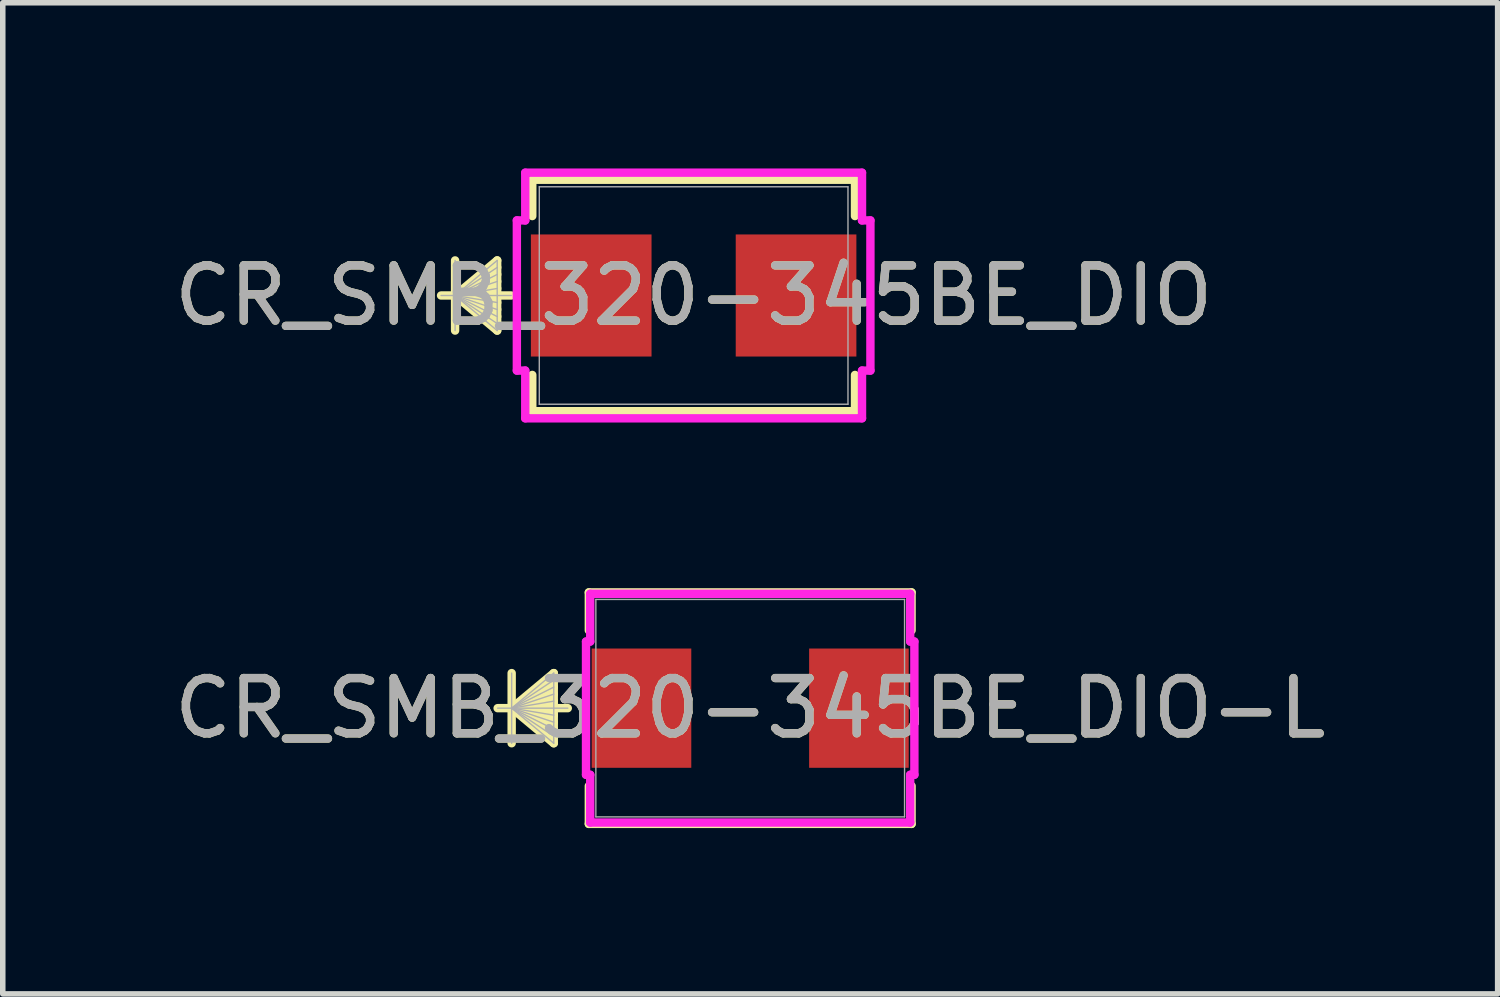
<source format=kicad_pcb>
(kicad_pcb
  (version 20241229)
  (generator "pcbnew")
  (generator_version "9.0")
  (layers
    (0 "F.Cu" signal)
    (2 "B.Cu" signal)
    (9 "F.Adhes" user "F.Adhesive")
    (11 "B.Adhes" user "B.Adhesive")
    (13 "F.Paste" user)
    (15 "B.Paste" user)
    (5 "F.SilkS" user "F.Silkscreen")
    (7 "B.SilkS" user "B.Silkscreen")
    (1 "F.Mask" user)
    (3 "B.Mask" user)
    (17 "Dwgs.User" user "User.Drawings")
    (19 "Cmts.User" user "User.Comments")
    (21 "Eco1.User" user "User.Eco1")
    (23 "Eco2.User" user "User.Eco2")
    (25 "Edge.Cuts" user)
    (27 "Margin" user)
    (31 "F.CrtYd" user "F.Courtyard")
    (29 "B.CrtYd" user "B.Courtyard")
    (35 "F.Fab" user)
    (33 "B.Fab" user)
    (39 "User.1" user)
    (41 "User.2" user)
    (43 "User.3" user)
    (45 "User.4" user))
  (footprint "CR_SMB_320-345BE_DIO"
    (layer "F.Cu")
    (at 9.506 2.299)
    (property "Reference" "CR_SMB_320-345BE_DIO" (at 0 0 0) (unlocked yes) (layer "F.SilkS") (effects (font (size 1 1) (thickness 0.15))))
    (attr smd)
    (fp_line (start -4.318 -0.635) (end -4.318 0.635) (stroke (width 0.152) (type solid)) (layer "F.SilkS"))
    (fp_line (start -4.318 0) (end -3.556 -0.635) (stroke (width 0.152) (type solid)) (layer "F.SilkS"))
    (fp_line (start -4.318 0) (end -3.556 -0.508) (stroke (width 0.152) (type solid)) (layer "F.SilkS"))
    (fp_line (start -4.318 0) (end -3.556 -0.381) (stroke (width 0.152) (type solid)) (layer "F.SilkS"))
    (fp_line (start -4.318 0) (end -3.556 -0.254) (stroke (width 0.152) (type solid)) (layer "F.SilkS"))
    (fp_line (start -4.318 0) (end -3.556 -0.127) (stroke (width 0.152) (type solid)) (layer "F.SilkS"))
    (fp_line (start -4.318 0) (end -3.556 0.127) (stroke (width 0.152) (type solid)) (layer "F.SilkS"))
    (fp_line (start -4.318 0) (end -3.556 0.254) (stroke (width 0.152) (type solid)) (layer "F.SilkS"))
    (fp_line (start -4.318 0) (end -3.556 0.381) (stroke (width 0.152) (type solid)) (layer "F.SilkS"))
    (fp_line (start -4.318 0) (end -3.556 0.508) (stroke (width 0.152) (type solid)) (layer "F.SilkS"))
    (fp_line (start -4.318 0) (end -3.556 0.635) (stroke (width 0.152) (type solid)) (layer "F.SilkS"))
    (fp_line (start -3.556 -0.635) (end -3.556 0.635) (stroke (width 0.152) (type solid)) (layer "F.SilkS"))
    (fp_line (start -3.302 0) (end -4.572 0) (stroke (width 0.152) (type solid)) (layer "F.SilkS"))
    (fp_line (start -2.921 -2.095) (end -2.921 -1.438) (stroke (width 0.152) (type solid)) (layer "F.SilkS"))
    (fp_line (start -2.921 1.438) (end -2.921 2.095) (stroke (width 0.152) (type solid)) (layer "F.SilkS"))
    (fp_line (start -2.921 2.095) (end 2.921 2.095) (stroke (width 0.152) (type solid)) (layer "F.SilkS"))
    (fp_line (start 2.921 -2.095) (end -2.921 -2.095) (stroke (width 0.152) (type solid)) (layer "F.SilkS"))
    (fp_line (start 2.921 -1.438) (end 2.921 -2.095) (stroke (width 0.152) (type solid)) (layer "F.SilkS"))
    (fp_line (start 2.921 2.095) (end 2.921 1.438) (stroke (width 0.152) (type solid)) (layer "F.SilkS"))
    (fp_line (start -3.2 -1.359) (end -3.048 -1.359) (stroke (width 0.152) (type solid)) (layer "F.CrtYd"))
    (fp_line (start -3.2 1.359) (end -3.2 -1.359) (stroke (width 0.152) (type solid)) (layer "F.CrtYd"))
    (fp_line (start -3.048 -2.223) (end 3.048 -2.223) (stroke (width 0.152) (type solid)) (layer "F.CrtYd"))
    (fp_line (start -3.048 -1.359) (end -3.048 -2.223) (stroke (width 0.152) (type solid)) (layer "F.CrtYd"))
    (fp_line (start -3.048 1.359) (end -3.2 1.359) (stroke (width 0.152) (type solid)) (layer "F.CrtYd"))
    (fp_line (start -3.048 2.223) (end -3.048 1.359) (stroke (width 0.152) (type solid)) (layer "F.CrtYd"))
    (fp_line (start 3.048 -2.223) (end 3.048 -1.359) (stroke (width 0.152) (type solid)) (layer "F.CrtYd"))
    (fp_line (start 3.048 -1.359) (end 3.2 -1.359) (stroke (width 0.152) (type solid)) (layer "F.CrtYd"))
    (fp_line (start 3.048 1.359) (end 3.048 2.223) (stroke (width 0.152) (type solid)) (layer "F.CrtYd"))
    (fp_line (start 3.048 2.223) (end -3.048 2.223) (stroke (width 0.152) (type solid)) (layer "F.CrtYd"))
    (fp_line (start 3.2 -1.359) (end 3.2 1.359) (stroke (width 0.152) (type solid)) (layer "F.CrtYd"))
    (fp_line (start 3.2 1.359) (end 3.048 1.359) (stroke (width 0.152) (type solid)) (layer "F.CrtYd"))
    (fp_line (start -4.318 -0.635) (end -4.318 0.635) (stroke (width 0.025) (type solid)) (layer "F.Fab"))
    (fp_line (start -4.318 0) (end -3.556 -0.635) (stroke (width 0.025) (type solid)) (layer "F.Fab"))
    (fp_line (start -4.318 0) (end -3.556 -0.508) (stroke (width 0.025) (type solid)) (layer "F.Fab"))
    (fp_line (start -4.318 0) (end -3.556 -0.381) (stroke (width 0.025) (type solid)) (layer "F.Fab"))
    (fp_line (start -4.318 0) (end -3.556 -0.254) (stroke (width 0.025) (type solid)) (layer "F.Fab"))
    (fp_line (start -4.318 0) (end -3.556 -0.127) (stroke (width 0.025) (type solid)) (layer "F.Fab"))
    (fp_line (start -4.318 0) (end -3.556 0.127) (stroke (width 0.025) (type solid)) (layer "F.Fab"))
    (fp_line (start -4.318 0) (end -3.556 0.254) (stroke (width 0.025) (type solid)) (layer "F.Fab"))
    (fp_line (start -4.318 0) (end -3.556 0.381) (stroke (width 0.025) (type solid)) (layer "F.Fab"))
    (fp_line (start -4.318 0) (end -3.556 0.508) (stroke (width 0.025) (type solid)) (layer "F.Fab"))
    (fp_line (start -4.318 0) (end -3.556 0.635) (stroke (width 0.025) (type solid)) (layer "F.Fab"))
    (fp_line (start -3.556 -0.635) (end -3.556 0.635) (stroke (width 0.025) (type solid)) (layer "F.Fab"))
    (fp_line (start -3.302 0) (end -4.572 0) (stroke (width 0.025) (type solid)) (layer "F.Fab"))
    (fp_line (start -2.794 -1.968) (end -2.794 1.968) (stroke (width 0.025) (type solid)) (layer "F.Fab"))
    (fp_line (start -2.794 1.968) (end 2.794 1.968) (stroke (width 0.025) (type solid)) (layer "F.Fab"))
    (fp_line (start 2.794 -1.968) (end -2.794 -1.968) (stroke (width 0.025) (type solid)) (layer "F.Fab"))
    (fp_line (start 2.794 1.968) (end 2.794 -1.968) (stroke (width 0.025) (type solid)) (layer "F.Fab"))
    (fp_text user "${REFERENCE}" (at 0 0 0) (unlocked yes) (layer "F.Fab") (effects (font (size 1 1) (thickness 0.15))))
    (pad "1" smd rect (at -1.854 0 90) (size 2.21 2.184) (layers "F.Cu" "F.Mask" "F.Paste"))
    (pad "2" smd rect (at 1.854 0 90) (size 2.21 2.184) (layers "F.Cu" "F.Mask" "F.Paste"))
    (zone (net_name "") (layer "F.Cu") (hatch full 0.508) (connect_pads) (min_thickness 0.254) (filled_areas_thickness no) (keepout (tracks not_allowed) (vias not_allowed) (pads allowed) (copperpour not_allowed) (footprints allowed)) (placement (enabled no)) (fill) (polygon (pts (xy 6.763 0.381) (xy 12.249 0.381) (xy 12.249 1.143) (xy 6.763 1.143))))
    (zone (net_name "") (layer "F.Cu") (hatch full 0.508) (connect_pads) (min_thickness 0.254) (filled_areas_thickness no) (keepout (tracks not_allowed) (vias not_allowed) (pads allowed) (copperpour not_allowed) (footprints allowed)) (placement (enabled no)) (fill) (polygon (pts (xy 6.763 3.454) (xy 12.249 3.454) (xy 12.249 4.216) (xy 6.763 4.216))))
    (zone (net_name "") (layer "F.Cu") (hatch full 0.508) (connect_pads) (min_thickness 0.254) (filled_areas_thickness no) (keepout (tracks not_allowed) (vias not_allowed) (pads allowed) (copperpour not_allowed) (footprints allowed)) (placement (enabled no)) (fill) (polygon (pts (xy 8.795 1.143) (xy 10.217 1.143) (xy 10.217 3.454) (xy 8.795 3.454)))))
  (footprint "CR_SMB_320-345BE_DIO-L"
    (layer "F.Cu")
    (at 10.53 9.769)
    (property "Reference" "CR_SMB_320-345BE_DIO-L" (at 0 0 0) (unlocked yes) (layer "F.SilkS") (effects (font (size 1 1) (thickness 0.15))))
    (attr smd)
    (fp_line (start -4.318 -0.635) (end -4.318 0.635) (stroke (width 0.152) (type solid)) (layer "F.SilkS"))
    (fp_line (start -4.318 0) (end -3.556 -0.635) (stroke (width 0.152) (type solid)) (layer "F.SilkS"))
    (fp_line (start -4.318 0) (end -3.556 -0.508) (stroke (width 0.152) (type solid)) (layer "F.SilkS"))
    (fp_line (start -4.318 0) (end -3.556 -0.381) (stroke (width 0.152) (type solid)) (layer "F.SilkS"))
    (fp_line (start -4.318 0) (end -3.556 -0.254) (stroke (width 0.152) (type solid)) (layer "F.SilkS"))
    (fp_line (start -4.318 0) (end -3.556 -0.127) (stroke (width 0.152) (type solid)) (layer "F.SilkS"))
    (fp_line (start -4.318 0) (end -3.556 0.127) (stroke (width 0.152) (type solid)) (layer "F.SilkS"))
    (fp_line (start -4.318 0) (end -3.556 0.254) (stroke (width 0.152) (type solid)) (layer "F.SilkS"))
    (fp_line (start -4.318 0) (end -3.556 0.381) (stroke (width 0.152) (type solid)) (layer "F.SilkS"))
    (fp_line (start -4.318 0) (end -3.556 0.508) (stroke (width 0.152) (type solid)) (layer "F.SilkS"))
    (fp_line (start -4.318 0) (end -3.556 0.635) (stroke (width 0.152) (type solid)) (layer "F.SilkS"))
    (fp_line (start -3.556 -0.635) (end -3.556 0.635) (stroke (width 0.152) (type solid)) (layer "F.SilkS"))
    (fp_line (start -3.302 0) (end -4.572 0) (stroke (width 0.152) (type solid)) (layer "F.SilkS"))
    (fp_line (start -2.921 -2.095) (end -2.921 -1.408) (stroke (width 0.152) (type solid)) (layer "F.SilkS"))
    (fp_line (start -2.921 1.408) (end -2.921 2.095) (stroke (width 0.152) (type solid)) (layer "F.SilkS"))
    (fp_line (start -2.921 2.095) (end 2.921 2.095) (stroke (width 0.152) (type solid)) (layer "F.SilkS"))
    (fp_line (start 2.921 -2.095) (end -2.921 -2.095) (stroke (width 0.152) (type solid)) (layer "F.SilkS"))
    (fp_line (start 2.921 -1.408) (end 2.921 -2.095) (stroke (width 0.152) (type solid)) (layer "F.SilkS"))
    (fp_line (start 2.921 2.095) (end 2.921 1.408) (stroke (width 0.152) (type solid)) (layer "F.SilkS"))
    (fp_line (start -2.972 -1.206) (end -2.896 -1.206) (stroke (width 0.152) (type solid)) (layer "F.CrtYd"))
    (fp_line (start -2.972 1.206) (end -2.972 -1.206) (stroke (width 0.152) (type solid)) (layer "F.CrtYd"))
    (fp_line (start -2.896 -2.07) (end 2.896 -2.07) (stroke (width 0.152) (type solid)) (layer "F.CrtYd"))
    (fp_line (start -2.896 -1.206) (end -2.896 -2.07) (stroke (width 0.152) (type solid)) (layer "F.CrtYd"))
    (fp_line (start -2.896 1.206) (end -2.972 1.206) (stroke (width 0.152) (type solid)) (layer "F.CrtYd"))
    (fp_line (start -2.896 2.07) (end -2.896 1.206) (stroke (width 0.152) (type solid)) (layer "F.CrtYd"))
    (fp_line (start 2.896 -2.07) (end 2.896 -1.206) (stroke (width 0.152) (type solid)) (layer "F.CrtYd"))
    (fp_line (start 2.896 -1.206) (end 2.972 -1.206) (stroke (width 0.152) (type solid)) (layer "F.CrtYd"))
    (fp_line (start 2.896 1.206) (end 2.896 2.07) (stroke (width 0.152) (type solid)) (layer "F.CrtYd"))
    (fp_line (start 2.896 2.07) (end -2.896 2.07) (stroke (width 0.152) (type solid)) (layer "F.CrtYd"))
    (fp_line (start 2.972 -1.206) (end 2.972 1.206) (stroke (width 0.152) (type solid)) (layer "F.CrtYd"))
    (fp_line (start 2.972 1.206) (end 2.896 1.206) (stroke (width 0.152) (type solid)) (layer "F.CrtYd"))
    (fp_line (start -4.318 -0.635) (end -4.318 0.635) (stroke (width 0.025) (type solid)) (layer "F.Fab"))
    (fp_line (start -4.318 0) (end -3.556 -0.635) (stroke (width 0.025) (type solid)) (layer "F.Fab"))
    (fp_line (start -4.318 0) (end -3.556 -0.508) (stroke (width 0.025) (type solid)) (layer "F.Fab"))
    (fp_line (start -4.318 0) (end -3.556 -0.381) (stroke (width 0.025) (type solid)) (layer "F.Fab"))
    (fp_line (start -4.318 0) (end -3.556 -0.254) (stroke (width 0.025) (type solid)) (layer "F.Fab"))
    (fp_line (start -4.318 0) (end -3.556 -0.127) (stroke (width 0.025) (type solid)) (layer "F.Fab"))
    (fp_line (start -4.318 0) (end -3.556 0.127) (stroke (width 0.025) (type solid)) (layer "F.Fab"))
    (fp_line (start -4.318 0) (end -3.556 0.254) (stroke (width 0.025) (type solid)) (layer "F.Fab"))
    (fp_line (start -4.318 0) (end -3.556 0.381) (stroke (width 0.025) (type solid)) (layer "F.Fab"))
    (fp_line (start -4.318 0) (end -3.556 0.508) (stroke (width 0.025) (type solid)) (layer "F.Fab"))
    (fp_line (start -4.318 0) (end -3.556 0.635) (stroke (width 0.025) (type solid)) (layer "F.Fab"))
    (fp_line (start -3.556 -0.635) (end -3.556 0.635) (stroke (width 0.025) (type solid)) (layer "F.Fab"))
    (fp_line (start -3.302 0) (end -4.572 0) (stroke (width 0.025) (type solid)) (layer "F.Fab"))
    (fp_line (start -2.794 -1.968) (end -2.794 1.968) (stroke (width 0.025) (type solid)) (layer "F.Fab"))
    (fp_line (start -2.794 1.968) (end 2.794 1.968) (stroke (width 0.025) (type solid)) (layer "F.Fab"))
    (fp_line (start 2.794 -1.968) (end -2.794 -1.968) (stroke (width 0.025) (type solid)) (layer "F.Fab"))
    (fp_line (start 2.794 1.968) (end 2.794 -1.968) (stroke (width 0.025) (type solid)) (layer "F.Fab"))
    (fp_text user "${REFERENCE}" (at 0 0 0) (unlocked yes) (layer "F.Fab") (effects (font (size 1 1) (thickness 0.15))))
    (pad "1" smd rect (at -1.968 0 90) (size 2.159 1.803) (layers "F.Cu" "F.Mask" "F.Paste"))
    (pad "2" smd rect (at 1.968 0 90) (size 2.159 1.803) (layers "F.Cu" "F.Mask" "F.Paste"))
    (zone (net_name "") (layer "F.Cu") (hatch full 0.508) (connect_pads) (min_thickness 0.254) (filled_areas_thickness no) (keepout (tracks not_allowed) (vias not_allowed) (pads allowed) (copperpour not_allowed) (footprints allowed)) (placement (enabled no)) (fill) (polygon (pts (xy 7.787 7.851) (xy 13.273 7.851) (xy 13.273 8.613) (xy 7.787 8.613))))
    (zone (net_name "") (layer "F.Cu") (hatch full 0.508) (connect_pads) (min_thickness 0.254) (filled_areas_thickness no) (keepout (tracks not_allowed) (vias not_allowed) (pads allowed) (copperpour not_allowed) (footprints allowed)) (placement (enabled no)) (fill) (polygon (pts (xy 7.787 10.925) (xy 13.273 10.925) (xy 13.273 11.687) (xy 7.787 11.687))))
    (zone (net_name "") (layer "F.Cu") (hatch full 0.508) (connect_pads) (min_thickness 0.254) (filled_areas_thickness no) (keepout (tracks not_allowed) (vias not_allowed) (pads allowed) (copperpour not_allowed) (footprints allowed)) (placement (enabled no)) (fill) (polygon (pts (xy 9.514 8.613) (xy 11.546 8.613) (xy 11.546 10.925) (xy 9.514 10.925)))))
  (gr_rect
    (start -3 -3)
    (end 24.06 14.941)
    (stroke (width 0.1) (type default))
    (fill no)
    (layer "Edge.Cuts")))
</source>
